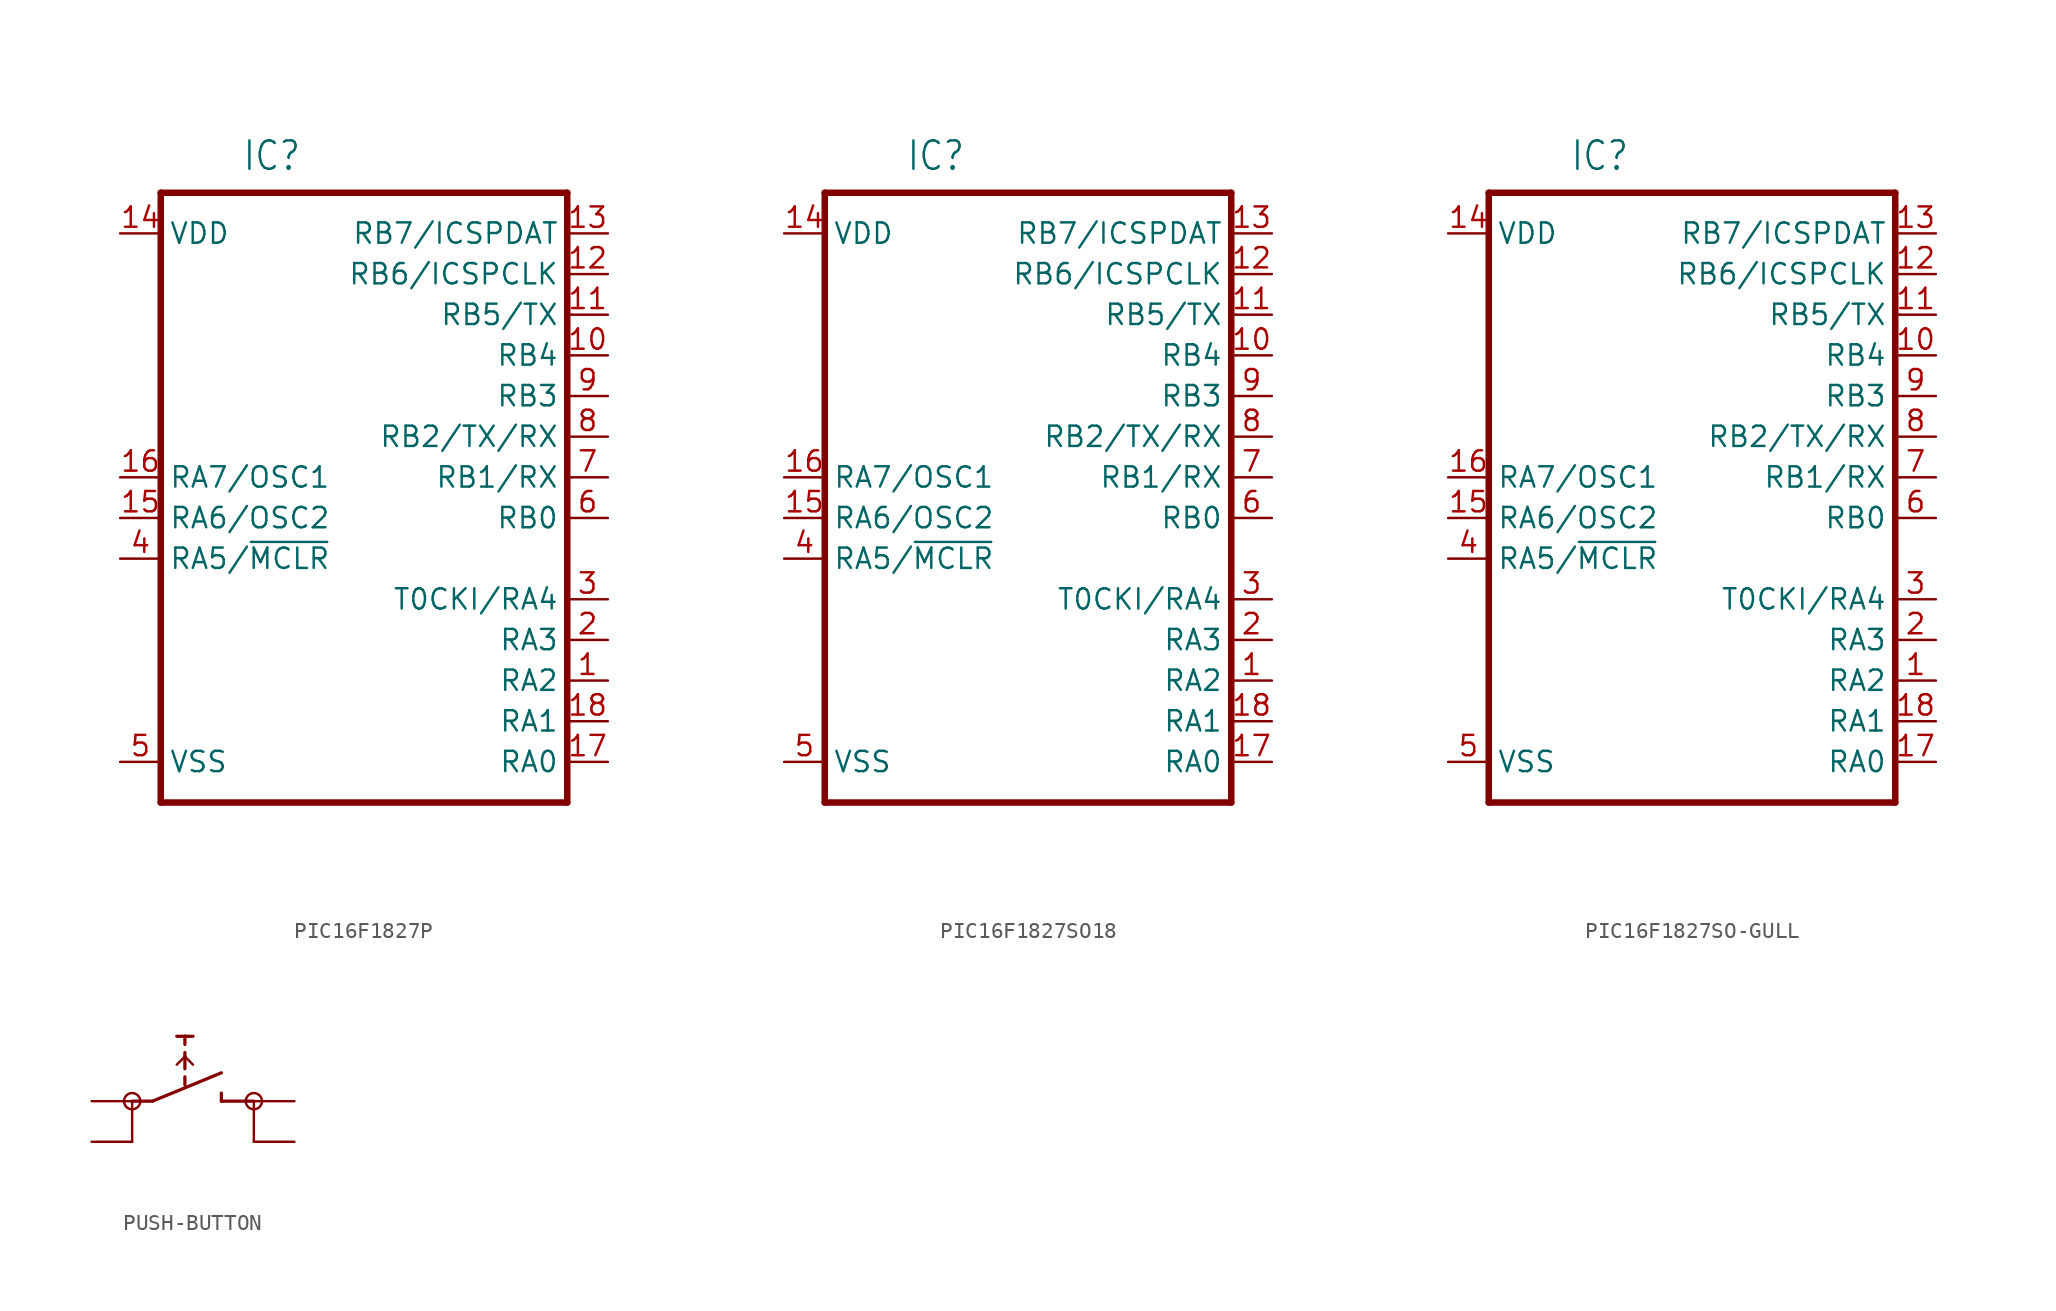
<source format=kicad_sym>
(kicad_symbol_lib
  (version 20220914)
  (generator kicad_symbol_editor)
  (symbol "PIC16F1827P"
    (property "Reference" "IC"
      (at -10.16 19.05 0)
      (effects (font (size 1.778 1.511)) (justify left bottom)))
    (property "Value" ""
      (at -10.16 -22.86 0)
      (effects (font (size 1.778 1.511)) (justify left bottom)))
    (property "ki_locked" ""
      (at 0 0 0)
      (effects (font (size 1.27 1.27))))
    (symbol "PIC16F1827P_1_0"
      (polyline (pts (xy -15.24 -20.32) (xy -15.24 17.78)) (stroke (width 0.406) (type solid)) (fill (type none)))
      (polyline (pts (xy -15.24 17.78) (xy 10.16 17.78)) (stroke (width 0.406) (type solid)) (fill (type none)))
      (polyline (pts (xy 10.16 -20.32) (xy -15.24 -20.32)) (stroke (width 0.406) (type solid)) (fill (type none)))
      (polyline (pts (xy 10.16 17.78) (xy 10.16 -20.32)) (stroke (width 0.406) (type solid)) (fill (type none)))
      (pin bidirectional line (at 12.7 -12.7 180) (length 2.54) (name "RA2" (effects (font (size 1.27 1.27)))) (number "1" (effects (font (size 1.27 1.27)))))
      (pin bidirectional line (at 12.7 7.62 180) (length 2.54) (name "RB4" (effects (font (size 1.27 1.27)))) (number "10" (effects (font (size 1.27 1.27)))))
      (pin bidirectional line (at 12.7 10.16 180) (length 2.54) (name "RB5/TX" (effects (font (size 1.27 1.27)))) (number "11" (effects (font (size 1.27 1.27)))))
      (pin bidirectional line (at 12.7 12.7 180) (length 2.54) (name "RB6/ICSPCLK" (effects (font (size 1.27 1.27)))) (number "12" (effects (font (size 1.27 1.27)))))
      (pin bidirectional line (at 12.7 15.24 180) (length 2.54) (name "RB7/ICSPDAT" (effects (font (size 1.27 1.27)))) (number "13" (effects (font (size 1.27 1.27)))))
      (pin power_in line (at -17.78 15.24 0) (length 2.54) (name "VDD" (effects (font (size 1.27 1.27)))) (number "14" (effects (font (size 1.27 1.27)))))
      (pin output line (at -17.78 -2.54 0) (length 2.54) (name "RA6/OSC2" (effects (font (size 1.27 1.27)))) (number "15" (effects (font (size 1.27 1.27)))))
      (pin input line (at -17.78 0 0) (length 2.54) (name "RA7/OSC1" (effects (font (size 1.27 1.27)))) (number "16" (effects (font (size 1.27 1.27)))))
      (pin bidirectional line (at 12.7 -17.78 180) (length 2.54) (name "RA0" (effects (font (size 1.27 1.27)))) (number "17" (effects (font (size 1.27 1.27)))))
      (pin bidirectional line (at 12.7 -15.24 180) (length 2.54) (name "RA1" (effects (font (size 1.27 1.27)))) (number "18" (effects (font (size 1.27 1.27)))))
      (pin bidirectional line (at 12.7 -10.16 180) (length 2.54) (name "RA3" (effects (font (size 1.27 1.27)))) (number "2" (effects (font (size 1.27 1.27)))))
      (pin bidirectional line (at 12.7 -7.62 180) (length 2.54) (name "T0CKI/RA4" (effects (font (size 1.27 1.27)))) (number "3" (effects (font (size 1.27 1.27)))))
      (pin input line (at -17.78 -5.08 0) (length 2.54) (name "RA5/~{MCLR}" (effects (font (size 1.27 1.27)))) (number "4" (effects (font (size 1.27 1.27)))))
      (pin power_in line (at -17.78 -17.78 0) (length 2.54) (name "VSS" (effects (font (size 1.27 1.27)))) (number "5" (effects (font (size 1.27 1.27)))))
      (pin bidirectional line (at 12.7 -2.54 180) (length 2.54) (name "RB0" (effects (font (size 1.27 1.27)))) (number "6" (effects (font (size 1.27 1.27)))))
      (pin bidirectional line (at 12.7 0 180) (length 2.54) (name "RB1/RX" (effects (font (size 1.27 1.27)))) (number "7" (effects (font (size 1.27 1.27)))))
      (pin bidirectional line (at 12.7 2.54 180) (length 2.54) (name "RB2/TX/RX" (effects (font (size 1.27 1.27)))) (number "8" (effects (font (size 1.27 1.27)))))
      (pin bidirectional line (at 12.7 5.08 180) (length 2.54) (name "RB3" (effects (font (size 1.27 1.27)))) (number "9" (effects (font (size 1.27 1.27)))))))
  (symbol "PIC16F1827SO18"
    (property "Reference" "IC"
      (at -10.16 19.05 0)
      (effects (font (size 1.778 1.511)) (justify left bottom)))
    (property "Value" ""
      (at -10.16 -22.86 0)
      (effects (font (size 1.778 1.511)) (justify left bottom)))
    (property "ki_locked" ""
      (at 0 0 0)
      (effects (font (size 1.27 1.27))))
    (symbol "PIC16F1827SO18_1_0"
      (polyline (pts (xy -15.24 -20.32) (xy -15.24 17.78)) (stroke (width 0.406) (type solid)) (fill (type none)))
      (polyline (pts (xy -15.24 17.78) (xy 10.16 17.78)) (stroke (width 0.406) (type solid)) (fill (type none)))
      (polyline (pts (xy 10.16 -20.32) (xy -15.24 -20.32)) (stroke (width 0.406) (type solid)) (fill (type none)))
      (polyline (pts (xy 10.16 17.78) (xy 10.16 -20.32)) (stroke (width 0.406) (type solid)) (fill (type none)))
      (pin bidirectional line (at 12.7 -12.7 180) (length 2.54) (name "RA2" (effects (font (size 1.27 1.27)))) (number "1" (effects (font (size 1.27 1.27)))))
      (pin bidirectional line (at 12.7 7.62 180) (length 2.54) (name "RB4" (effects (font (size 1.27 1.27)))) (number "10" (effects (font (size 1.27 1.27)))))
      (pin bidirectional line (at 12.7 10.16 180) (length 2.54) (name "RB5/TX" (effects (font (size 1.27 1.27)))) (number "11" (effects (font (size 1.27 1.27)))))
      (pin bidirectional line (at 12.7 12.7 180) (length 2.54) (name "RB6/ICSPCLK" (effects (font (size 1.27 1.27)))) (number "12" (effects (font (size 1.27 1.27)))))
      (pin bidirectional line (at 12.7 15.24 180) (length 2.54) (name "RB7/ICSPDAT" (effects (font (size 1.27 1.27)))) (number "13" (effects (font (size 1.27 1.27)))))
      (pin power_in line (at -17.78 15.24 0) (length 2.54) (name "VDD" (effects (font (size 1.27 1.27)))) (number "14" (effects (font (size 1.27 1.27)))))
      (pin output line (at -17.78 -2.54 0) (length 2.54) (name "RA6/OSC2" (effects (font (size 1.27 1.27)))) (number "15" (effects (font (size 1.27 1.27)))))
      (pin input line (at -17.78 0 0) (length 2.54) (name "RA7/OSC1" (effects (font (size 1.27 1.27)))) (number "16" (effects (font (size 1.27 1.27)))))
      (pin bidirectional line (at 12.7 -17.78 180) (length 2.54) (name "RA0" (effects (font (size 1.27 1.27)))) (number "17" (effects (font (size 1.27 1.27)))))
      (pin bidirectional line (at 12.7 -15.24 180) (length 2.54) (name "RA1" (effects (font (size 1.27 1.27)))) (number "18" (effects (font (size 1.27 1.27)))))
      (pin bidirectional line (at 12.7 -10.16 180) (length 2.54) (name "RA3" (effects (font (size 1.27 1.27)))) (number "2" (effects (font (size 1.27 1.27)))))
      (pin bidirectional line (at 12.7 -7.62 180) (length 2.54) (name "T0CKI/RA4" (effects (font (size 1.27 1.27)))) (number "3" (effects (font (size 1.27 1.27)))))
      (pin input line (at -17.78 -5.08 0) (length 2.54) (name "RA5/~{MCLR}" (effects (font (size 1.27 1.27)))) (number "4" (effects (font (size 1.27 1.27)))))
      (pin power_in line (at -17.78 -17.78 0) (length 2.54) (name "VSS" (effects (font (size 1.27 1.27)))) (number "5" (effects (font (size 1.27 1.27)))))
      (pin bidirectional line (at 12.7 -2.54 180) (length 2.54) (name "RB0" (effects (font (size 1.27 1.27)))) (number "6" (effects (font (size 1.27 1.27)))))
      (pin bidirectional line (at 12.7 0 180) (length 2.54) (name "RB1/RX" (effects (font (size 1.27 1.27)))) (number "7" (effects (font (size 1.27 1.27)))))
      (pin bidirectional line (at 12.7 2.54 180) (length 2.54) (name "RB2/TX/RX" (effects (font (size 1.27 1.27)))) (number "8" (effects (font (size 1.27 1.27)))))
      (pin bidirectional line (at 12.7 5.08 180) (length 2.54) (name "RB3" (effects (font (size 1.27 1.27)))) (number "9" (effects (font (size 1.27 1.27)))))))
  (symbol "PIC16F1827SO-GULL"
    (property "Reference" "IC"
      (at -10.16 19.05 0)
      (effects (font (size 1.778 1.511)) (justify left bottom)))
    (property "Value" ""
      (at -10.16 -22.86 0)
      (effects (font (size 1.778 1.511)) (justify left bottom)))
    (property "ki_locked" ""
      (at 0 0 0)
      (effects (font (size 1.27 1.27))))
    (symbol "PIC16F1827SO-GULL_1_0"
      (polyline (pts (xy -15.24 -20.32) (xy -15.24 17.78)) (stroke (width 0.406) (type solid)) (fill (type none)))
      (polyline (pts (xy -15.24 17.78) (xy 10.16 17.78)) (stroke (width 0.406) (type solid)) (fill (type none)))
      (polyline (pts (xy 10.16 -20.32) (xy -15.24 -20.32)) (stroke (width 0.406) (type solid)) (fill (type none)))
      (polyline (pts (xy 10.16 17.78) (xy 10.16 -20.32)) (stroke (width 0.406) (type solid)) (fill (type none)))
      (pin bidirectional line (at 12.7 -12.7 180) (length 2.54) (name "RA2" (effects (font (size 1.27 1.27)))) (number "1" (effects (font (size 1.27 1.27)))))
      (pin bidirectional line (at 12.7 7.62 180) (length 2.54) (name "RB4" (effects (font (size 1.27 1.27)))) (number "10" (effects (font (size 1.27 1.27)))))
      (pin bidirectional line (at 12.7 10.16 180) (length 2.54) (name "RB5/TX" (effects (font (size 1.27 1.27)))) (number "11" (effects (font (size 1.27 1.27)))))
      (pin bidirectional line (at 12.7 12.7 180) (length 2.54) (name "RB6/ICSPCLK" (effects (font (size 1.27 1.27)))) (number "12" (effects (font (size 1.27 1.27)))))
      (pin bidirectional line (at 12.7 15.24 180) (length 2.54) (name "RB7/ICSPDAT" (effects (font (size 1.27 1.27)))) (number "13" (effects (font (size 1.27 1.27)))))
      (pin power_in line (at -17.78 15.24 0) (length 2.54) (name "VDD" (effects (font (size 1.27 1.27)))) (number "14" (effects (font (size 1.27 1.27)))))
      (pin output line (at -17.78 -2.54 0) (length 2.54) (name "RA6/OSC2" (effects (font (size 1.27 1.27)))) (number "15" (effects (font (size 1.27 1.27)))))
      (pin input line (at -17.78 0 0) (length 2.54) (name "RA7/OSC1" (effects (font (size 1.27 1.27)))) (number "16" (effects (font (size 1.27 1.27)))))
      (pin bidirectional line (at 12.7 -17.78 180) (length 2.54) (name "RA0" (effects (font (size 1.27 1.27)))) (number "17" (effects (font (size 1.27 1.27)))))
      (pin bidirectional line (at 12.7 -15.24 180) (length 2.54) (name "RA1" (effects (font (size 1.27 1.27)))) (number "18" (effects (font (size 1.27 1.27)))))
      (pin bidirectional line (at 12.7 -10.16 180) (length 2.54) (name "RA3" (effects (font (size 1.27 1.27)))) (number "2" (effects (font (size 1.27 1.27)))))
      (pin bidirectional line (at 12.7 -7.62 180) (length 2.54) (name "T0CKI/RA4" (effects (font (size 1.27 1.27)))) (number "3" (effects (font (size 1.27 1.27)))))
      (pin input line (at -17.78 -5.08 0) (length 2.54) (name "RA5/~{MCLR}" (effects (font (size 1.27 1.27)))) (number "4" (effects (font (size 1.27 1.27)))))
      (pin power_in line (at -17.78 -17.78 0) (length 2.54) (name "VSS" (effects (font (size 1.27 1.27)))) (number "5" (effects (font (size 1.27 1.27)))))
      (pin bidirectional line (at 12.7 -2.54 180) (length 2.54) (name "RB0" (effects (font (size 1.27 1.27)))) (number "6" (effects (font (size 1.27 1.27)))))
      (pin bidirectional line (at 12.7 0 180) (length 2.54) (name "RB1/RX" (effects (font (size 1.27 1.27)))) (number "7" (effects (font (size 1.27 1.27)))))
      (pin bidirectional line (at 12.7 2.54 180) (length 2.54) (name "RB2/TX/RX" (effects (font (size 1.27 1.27)))) (number "8" (effects (font (size 1.27 1.27)))))
      (pin bidirectional line (at 12.7 5.08 180) (length 2.54) (name "RB3" (effects (font (size 1.27 1.27)))) (number "9" (effects (font (size 1.27 1.27)))))))
  (symbol "PUSH-BUTTON"
    (property "Reference" ""
      (at -3.048 4.826 0)
      (effects (font (size 1.778 1.511)) (justify left bottom) hide))
    (property "Value" ""
      (at -3.81 -5.588 0)
      (effects (font (size 1.778 1.511)) (justify left bottom)))
    (property "ki_locked" ""
      (at 0 0 0)
      (effects (font (size 1.27 1.27))))
    (symbol "PUSH-BUTTON_1_0"
      (circle (center -2.54 0) (radius 0.508) (stroke (width 0) (type solid)) (fill (type none)))
      (polyline (pts (xy -2.54 0) (xy -2.54 -2.54)) (stroke (width 0.152) (type solid)) (fill (type none)))
      (polyline (pts (xy -2.54 0) (xy -1.27 0)) (stroke (width 0.203) (type solid)) (fill (type none)))
      (polyline (pts (xy -1.27 0) (xy 3.048 1.778)) (stroke (width 0.203) (type solid)) (fill (type none)))
      (polyline (pts (xy 0.254 2.286) (xy 0.762 2.794)) (stroke (width 0.152) (type solid)) (fill (type none)))
      (polyline (pts (xy 0.762 1.016) (xy 0.762 1.524)) (stroke (width 0.203) (type solid)) (fill (type none)))
      (polyline (pts (xy 0.762 2.032) (xy 0.762 2.794)) (stroke (width 0.203) (type solid)) (fill (type none)))
      (polyline (pts (xy 0.762 2.794) (xy 0.762 3.048)) (stroke (width 0.203) (type solid)) (fill (type none)))
      (polyline (pts (xy 0.762 2.794) (xy 1.27 2.286)) (stroke (width 0.152) (type solid)) (fill (type none)))
      (polyline (pts (xy 0.762 3.556) (xy 0.762 4.064)) (stroke (width 0.203) (type solid)) (fill (type none)))
      (polyline (pts (xy 0.762 4.064) (xy 0.254 4.064)) (stroke (width 0.203) (type solid)) (fill (type none)))
      (polyline (pts (xy 1.27 4.064) (xy 0.762 4.064)) (stroke (width 0.203) (type solid)) (fill (type none)))
      (polyline (pts (xy 3.048 0) (xy 5.08 0)) (stroke (width 0.203) (type solid)) (fill (type none)))
      (polyline (pts (xy 3.048 0.508) (xy 3.048 0)) (stroke (width 0.203) (type solid)) (fill (type none)))
      (polyline (pts (xy 5.08 0) (xy 5.08 -2.54)) (stroke (width 0.152) (type solid)) (fill (type none)))
      (circle (center 5.08 0) (radius 0.508) (stroke (width 0) (type solid)) (fill (type none)))
      (pin passive line (at -5.08 0 0) (length 2.54) (name "0@A" (effects (font (size 0 0)))) (number "1" (effects (font (size 0 0)))))
      (pin passive line (at -5.08 -2.54 0) (length 2.54) (name "0@B" (effects (font (size 0 0)))) (number "2" (effects (font (size 0 0)))))
      (pin passive line (at 7.62 0 180) (length 2.54) (name "1@A" (effects (font (size 0 0)))) (number "3" (effects (font (size 0 0)))))
      (pin passive line (at 7.62 -2.54 180) (length 2.54) (name "1@B" (effects (font (size 0 0)))) (number "4" (effects (font (size 0 0))))))))
</source>
